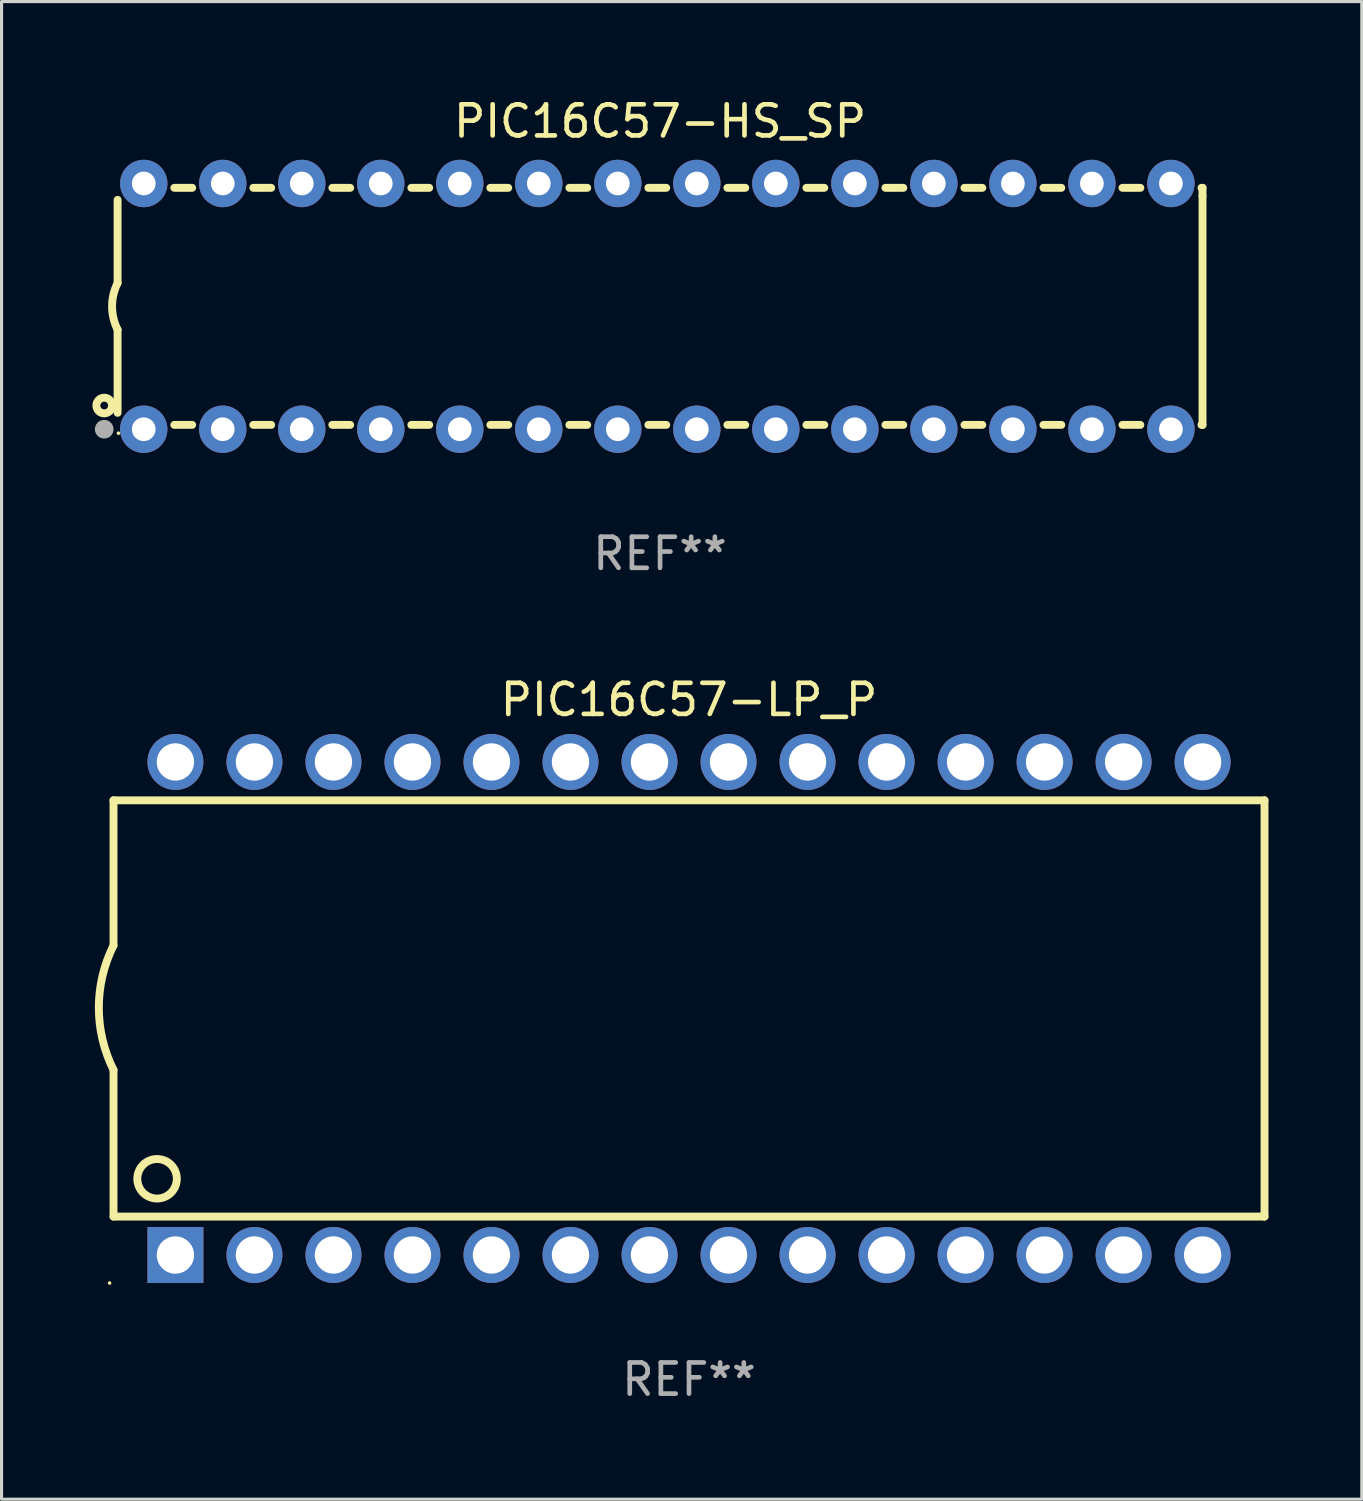
<source format=kicad_pcb>
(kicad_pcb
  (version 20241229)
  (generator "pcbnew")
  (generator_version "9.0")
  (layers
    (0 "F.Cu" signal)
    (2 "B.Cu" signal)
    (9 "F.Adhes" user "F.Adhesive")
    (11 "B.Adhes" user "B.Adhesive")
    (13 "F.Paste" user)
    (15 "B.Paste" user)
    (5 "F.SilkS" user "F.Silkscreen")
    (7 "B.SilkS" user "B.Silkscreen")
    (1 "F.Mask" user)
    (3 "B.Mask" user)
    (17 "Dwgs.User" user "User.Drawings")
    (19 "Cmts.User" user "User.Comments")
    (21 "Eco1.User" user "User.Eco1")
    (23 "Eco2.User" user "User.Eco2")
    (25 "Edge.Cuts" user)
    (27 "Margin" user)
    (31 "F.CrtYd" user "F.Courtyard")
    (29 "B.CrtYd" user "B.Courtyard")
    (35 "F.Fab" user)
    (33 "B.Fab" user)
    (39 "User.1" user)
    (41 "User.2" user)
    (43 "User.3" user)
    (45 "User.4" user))
  (footprint "PIC16C57-LP_P"
    (layer "F.Cu")
    (at 19.099 29.369)
    (property "Reference" "PIC16C57-LP_P" (at 0 -9.925 0) (layer "F.SilkS") (effects (font (size 1 1) (thickness 0.15))))
    (attr through_hole)
    (fp_line (start -18.5 -6.692) (end -18.5 -2.026) (stroke (width 0.254) (type solid)) (layer "F.SilkS"))
    (fp_line (start -18.5 6.689) (end -18.5 1.974) (stroke (width 0.254) (type solid)) (layer "F.SilkS"))
    (fp_line (start -18.5 6.689) (end 18.5 6.689) (stroke (width 0.254) (type solid)) (layer "F.SilkS"))
    (fp_line (start 18.5 -6.692) (end -18.5 -6.692) (stroke (width 0.254) (type solid)) (layer "F.SilkS"))
    (fp_line (start 18.5 6.689) (end 18.5 -6.692) (stroke (width 0.254) (type solid)) (layer "F.SilkS"))
    (fp_arc (start -18.500051 1.974346) (mid -18.972187 -0.025654) (end -18.500051 -2.025654) (stroke (width 0.254001) (type solid)) (layer "F.SilkS"))
    (fp_circle (center -18.627 8.824) (end -18.597 8.824) (stroke (width 0.06) (type solid)) (fill no) (layer "F.SilkS"))
    (fp_circle (center -17.1 5.474) (end -16.465 5.474) (stroke (width 0.254) (type solid)) (fill no) (layer "F.SilkS"))
    (fp_text user "REF**" (at 0 11.925 0) (layer "F.Fab") (effects (font (size 1 1) (thickness 0.15))))
    (pad "1" thru_hole rect (at -16.51 7.925) (size 1.8 1.8) (drill 1.2) (layers "*.Cu" "*.Mask"))
    (pad "2" thru_hole circle (at -13.97 7.924) (size 1.8 1.8) (drill 1.2) (layers "*.Cu" "*.Mask"))
    (pad "3" thru_hole circle (at -11.43 7.924) (size 1.8 1.8) (drill 1.2) (layers "*.Cu" "*.Mask"))
    (pad "4" thru_hole circle (at -8.89 7.924) (size 1.8 1.8) (drill 1.2) (layers "*.Cu" "*.Mask"))
    (pad "5" thru_hole circle (at -6.35 7.924) (size 1.8 1.8) (drill 1.2) (layers "*.Cu" "*.Mask"))
    (pad "6" thru_hole circle (at -3.81 7.924) (size 1.8 1.8) (drill 1.2) (layers "*.Cu" "*.Mask"))
    (pad "7" thru_hole circle (at -1.27 7.924) (size 1.8 1.8) (drill 1.2) (layers "*.Cu" "*.Mask"))
    (pad "8" thru_hole circle (at 1.27 7.924) (size 1.8 1.8) (drill 1.2) (layers "*.Cu" "*.Mask"))
    (pad "9" thru_hole circle (at 3.81 7.924) (size 1.8 1.8) (drill 1.2) (layers "*.Cu" "*.Mask"))
    (pad "10" thru_hole circle (at 6.35 7.924) (size 1.8 1.8) (drill 1.2) (layers "*.Cu" "*.Mask"))
    (pad "11" thru_hole circle (at 8.89 7.924) (size 1.8 1.8) (drill 1.2) (layers "*.Cu" "*.Mask"))
    (pad "12" thru_hole circle (at 11.43 7.924) (size 1.8 1.8) (drill 1.2) (layers "*.Cu" "*.Mask"))
    (pad "13" thru_hole circle (at 13.97 7.924) (size 1.8 1.8) (drill 1.2) (layers "*.Cu" "*.Mask"))
    (pad "14" thru_hole circle (at 16.51 7.924) (size 1.8 1.8) (drill 1.2) (layers "*.Cu" "*.Mask"))
    (pad "15" thru_hole circle (at 16.51 -7.925) (size 1.8 1.8) (drill 1.2) (layers "*.Cu" "*.Mask"))
    (pad "16" thru_hole circle (at 13.97 -7.925) (size 1.8 1.8) (drill 1.2) (layers "*.Cu" "*.Mask"))
    (pad "17" thru_hole circle (at 11.43 -7.925) (size 1.8 1.8) (drill 1.2) (layers "*.Cu" "*.Mask"))
    (pad "18" thru_hole circle (at 8.89 -7.925) (size 1.8 1.8) (drill 1.2) (layers "*.Cu" "*.Mask"))
    (pad "19" thru_hole circle (at 6.35 -7.925) (size 1.8 1.8) (drill 1.2) (layers "*.Cu" "*.Mask"))
    (pad "20" thru_hole circle (at 3.81 -7.925) (size 1.8 1.8) (drill 1.2) (layers "*.Cu" "*.Mask"))
    (pad "21" thru_hole circle (at 1.27 -7.925) (size 1.8 1.8) (drill 1.2) (layers "*.Cu" "*.Mask"))
    (pad "22" thru_hole circle (at -1.27 -7.925) (size 1.8 1.8) (drill 1.2) (layers "*.Cu" "*.Mask"))
    (pad "23" thru_hole circle (at -3.81 -7.925) (size 1.8 1.8) (drill 1.2) (layers "*.Cu" "*.Mask"))
    (pad "24" thru_hole circle (at -6.35 -7.925) (size 1.8 1.8) (drill 1.2) (layers "*.Cu" "*.Mask"))
    (pad "25" thru_hole circle (at -8.89 -7.925) (size 1.8 1.8) (drill 1.2) (layers "*.Cu" "*.Mask"))
    (pad "26" thru_hole circle (at -11.43 -7.925) (size 1.8 1.8) (drill 1.2) (layers "*.Cu" "*.Mask"))
    (pad "27" thru_hole circle (at -13.97 -7.925) (size 1.8 1.8) (drill 1.2) (layers "*.Cu" "*.Mask"))
    (pad "28" thru_hole circle (at -16.51 -7.925) (size 1.8 1.8) (drill 1.2) (layers "*.Cu" "*.Mask")))
  (footprint "PIC16C57-HS_SP"
    (layer "F.Cu")
    (at 18.168 6.798)
    (property "Reference" "PIC16C57-HS_SP" (at 0 -5.95 0) (layer "F.SilkS") (effects (font (size 1 1) (thickness 0.15))))
    (attr through_hole)
    (fp_line (start -17.438 0.75) (end -17.438 3.423) (stroke (width 0.254) (type solid)) (layer "F.SilkS"))
    (fp_line (start -17.438 -3.423) (end -17.438 -0.75) (stroke (width 0.254) (type solid)) (layer "F.SilkS"))
    (fp_line (start -15.615 3.81) (end -15.041 3.81) (stroke (width 0.254) (type solid)) (layer "F.SilkS"))
    (fp_line (start -15.041 -3.81) (end -15.614 -3.81) (stroke (width 0.254) (type solid)) (layer "F.SilkS"))
    (fp_line (start -13.075 3.81) (end -12.501 3.81) (stroke (width 0.254) (type solid)) (layer "F.SilkS"))
    (fp_line (start -12.501 -3.81) (end -13.074 -3.81) (stroke (width 0.254) (type solid)) (layer "F.SilkS"))
    (fp_line (start -10.535 3.81) (end -9.961 3.81) (stroke (width 0.254) (type solid)) (layer "F.SilkS"))
    (fp_line (start -9.961 -3.81) (end -10.534 -3.81) (stroke (width 0.254) (type solid)) (layer "F.SilkS"))
    (fp_line (start -7.995 3.81) (end -7.421 3.81) (stroke (width 0.254) (type solid)) (layer "F.SilkS"))
    (fp_line (start -7.421 -3.81) (end -7.995 -3.81) (stroke (width 0.254) (type solid)) (layer "F.SilkS"))
    (fp_line (start -5.455 3.81) (end -4.881 3.81) (stroke (width 0.254) (type solid)) (layer "F.SilkS"))
    (fp_line (start -4.881 -3.81) (end -5.455 -3.81) (stroke (width 0.254) (type solid)) (layer "F.SilkS"))
    (fp_line (start -2.915 3.81) (end -2.341 3.81) (stroke (width 0.254) (type solid)) (layer "F.SilkS"))
    (fp_line (start -2.341 -3.81) (end -2.915 -3.81) (stroke (width 0.254) (type solid)) (layer "F.SilkS"))
    (fp_line (start -0.375 3.81) (end 0.199 3.81) (stroke (width 0.254) (type solid)) (layer "F.SilkS"))
    (fp_line (start 0.199 -3.81) (end -0.375 -3.81) (stroke (width 0.254) (type solid)) (layer "F.SilkS"))
    (fp_line (start 2.165 3.81) (end 2.739 3.81) (stroke (width 0.254) (type solid)) (layer "F.SilkS"))
    (fp_line (start 2.739 -3.81) (end 2.165 -3.81) (stroke (width 0.254) (type solid)) (layer "F.SilkS"))
    (fp_line (start 4.705 3.81) (end 5.279 3.81) (stroke (width 0.254) (type solid)) (layer "F.SilkS"))
    (fp_line (start 5.279 -3.81) (end 4.705 -3.81) (stroke (width 0.254) (type solid)) (layer "F.SilkS"))
    (fp_line (start 7.245 3.81) (end 7.819 3.81) (stroke (width 0.254) (type solid)) (layer "F.SilkS"))
    (fp_line (start 7.819 -3.81) (end 7.245 -3.81) (stroke (width 0.254) (type solid)) (layer "F.SilkS"))
    (fp_line (start 9.785 3.81) (end 10.359 3.81) (stroke (width 0.254) (type solid)) (layer "F.SilkS"))
    (fp_line (start 10.359 -3.81) (end 9.785 -3.81) (stroke (width 0.254) (type solid)) (layer "F.SilkS"))
    (fp_line (start 12.325 3.81) (end 12.899 3.81) (stroke (width 0.254) (type solid)) (layer "F.SilkS"))
    (fp_line (start 12.899 -3.81) (end 12.325 -3.81) (stroke (width 0.254) (type solid)) (layer "F.SilkS"))
    (fp_line (start 14.865 3.81) (end 15.439 3.81) (stroke (width 0.254) (type solid)) (layer "F.SilkS"))
    (fp_line (start 15.439 -3.81) (end 14.865 -3.81) (stroke (width 0.254) (type solid)) (layer "F.SilkS"))
    (fp_line (start 17.405 3.81) (end 17.438 3.81) (stroke (width 0.254) (type solid)) (layer "F.SilkS"))
    (fp_line (start 17.438 -3.81) (end 17.405 -3.81) (stroke (width 0.254) (type solid)) (layer "F.SilkS"))
    (fp_line (start 17.438 -3.556) (end 17.438 -3.81) (stroke (width 0.254) (type solid)) (layer "F.SilkS"))
    (fp_line (start 17.438 3.81) (end 17.438 -3.556) (stroke (width 0.254) (type solid)) (layer "F.SilkS"))
    (fp_arc (start -17.437986 0.749657) (mid -17.614887 -0.000024) (end -17.437783 -0.749657) (stroke (width 0.254001) (type solid)) (layer "F.SilkS"))
    (fp_circle (center -17.868 3.188) (end -17.743 3.188) (stroke (width 0.254) (type solid)) (fill no) (layer "F.SilkS"))
    (fp_circle (center -17.411 4.077) (end -17.381 4.077) (stroke (width 0.06) (type solid)) (fill no) (layer "F.SilkS"))
    (fp_circle (center -17.868 3.95) (end -17.718 3.95) (stroke (width 0.3) (type solid)) (fill no) (layer "F.Fab"))
    (fp_text user "REF**" (at 0 7.95 0) (layer "F.Fab") (effects (font (size 1 1) (thickness 0.15))))
    (pad "1" thru_hole circle (at -16.598 3.95) (size 1.524 1.524) (drill 0.762) (layers "*.Cu" "*.Mask"))
    (pad "2" thru_hole circle (at -14.058 3.95) (size 1.524 1.524) (drill 0.762) (layers "*.Cu" "*.Mask"))
    (pad "3" thru_hole circle (at -11.518 3.95) (size 1.524 1.524) (drill 0.762) (layers "*.Cu" "*.Mask"))
    (pad "4" thru_hole circle (at -8.978 3.95) (size 1.524 1.524) (drill 0.762) (layers "*.Cu" "*.Mask"))
    (pad "5" thru_hole circle (at -6.438 3.95) (size 1.524 1.524) (drill 0.762) (layers "*.Cu" "*.Mask"))
    (pad "6" thru_hole circle (at -3.898 3.95) (size 1.524 1.524) (drill 0.762) (layers "*.Cu" "*.Mask"))
    (pad "7" thru_hole circle (at -1.358 3.95) (size 1.524 1.524) (drill 0.762) (layers "*.Cu" "*.Mask"))
    (pad "8" thru_hole circle (at 1.182 3.95) (size 1.524 1.524) (drill 0.762) (layers "*.Cu" "*.Mask"))
    (pad "9" thru_hole circle (at 3.722 3.95) (size 1.524 1.524) (drill 0.762) (layers "*.Cu" "*.Mask"))
    (pad "10" thru_hole circle (at 6.262 3.95) (size 1.524 1.524) (drill 0.762) (layers "*.Cu" "*.Mask"))
    (pad "11" thru_hole circle (at 8.802 3.95) (size 1.524 1.524) (drill 0.762) (layers "*.Cu" "*.Mask"))
    (pad "12" thru_hole circle (at 11.342 3.95) (size 1.524 1.524) (drill 0.762) (layers "*.Cu" "*.Mask"))
    (pad "13" thru_hole circle (at 13.882 3.95) (size 1.524 1.524) (drill 0.762) (layers "*.Cu" "*.Mask"))
    (pad "14" thru_hole circle (at 16.422 3.95) (size 1.524 1.524) (drill 0.762) (layers "*.Cu" "*.Mask"))
    (pad "15" thru_hole circle (at 16.422 -3.95) (size 1.524 1.524) (drill 0.762) (layers "*.Cu" "*.Mask"))
    (pad "16" thru_hole circle (at 13.882 -3.95) (size 1.524 1.524) (drill 0.762) (layers "*.Cu" "*.Mask"))
    (pad "17" thru_hole circle (at 11.342 -3.95) (size 1.524 1.524) (drill 0.762) (layers "*.Cu" "*.Mask"))
    (pad "18" thru_hole circle (at 8.802 -3.95) (size 1.524 1.524) (drill 0.762) (layers "*.Cu" "*.Mask"))
    (pad "19" thru_hole circle (at 6.262 -3.95) (size 1.524 1.524) (drill 0.762) (layers "*.Cu" "*.Mask"))
    (pad "20" thru_hole circle (at 3.722 -3.95) (size 1.524 1.524) (drill 0.762) (layers "*.Cu" "*.Mask"))
    (pad "21" thru_hole circle (at 1.182 -3.95) (size 1.524 1.524) (drill 0.762) (layers "*.Cu" "*.Mask"))
    (pad "22" thru_hole circle (at -1.358 -3.95) (size 1.524 1.524) (drill 0.762) (layers "*.Cu" "*.Mask"))
    (pad "23" thru_hole circle (at -3.898 -3.95) (size 1.524 1.524) (drill 0.762) (layers "*.Cu" "*.Mask"))
    (pad "24" thru_hole circle (at -6.438 -3.95) (size 1.524 1.524) (drill 0.762) (layers "*.Cu" "*.Mask"))
    (pad "25" thru_hole circle (at -8.978 -3.95) (size 1.524 1.524) (drill 0.762) (layers "*.Cu" "*.Mask"))
    (pad "26" thru_hole circle (at -11.517 -3.95) (size 1.524 1.524) (drill 0.762) (layers "*.Cu" "*.Mask"))
    (pad "27" thru_hole circle (at -14.057 -3.95) (size 1.524 1.524) (drill 0.762) (layers "*.Cu" "*.Mask"))
    (pad "28" thru_hole circle (at -16.597 -3.95) (size 1.524 1.524) (drill 0.762) (layers "*.Cu" "*.Mask")))
  (gr_rect
    (start -3 -3)
    (end 40.726 45.143)
    (stroke (width 0.1) (type default))
    (fill no)
    (layer "Edge.Cuts")))
</source>
